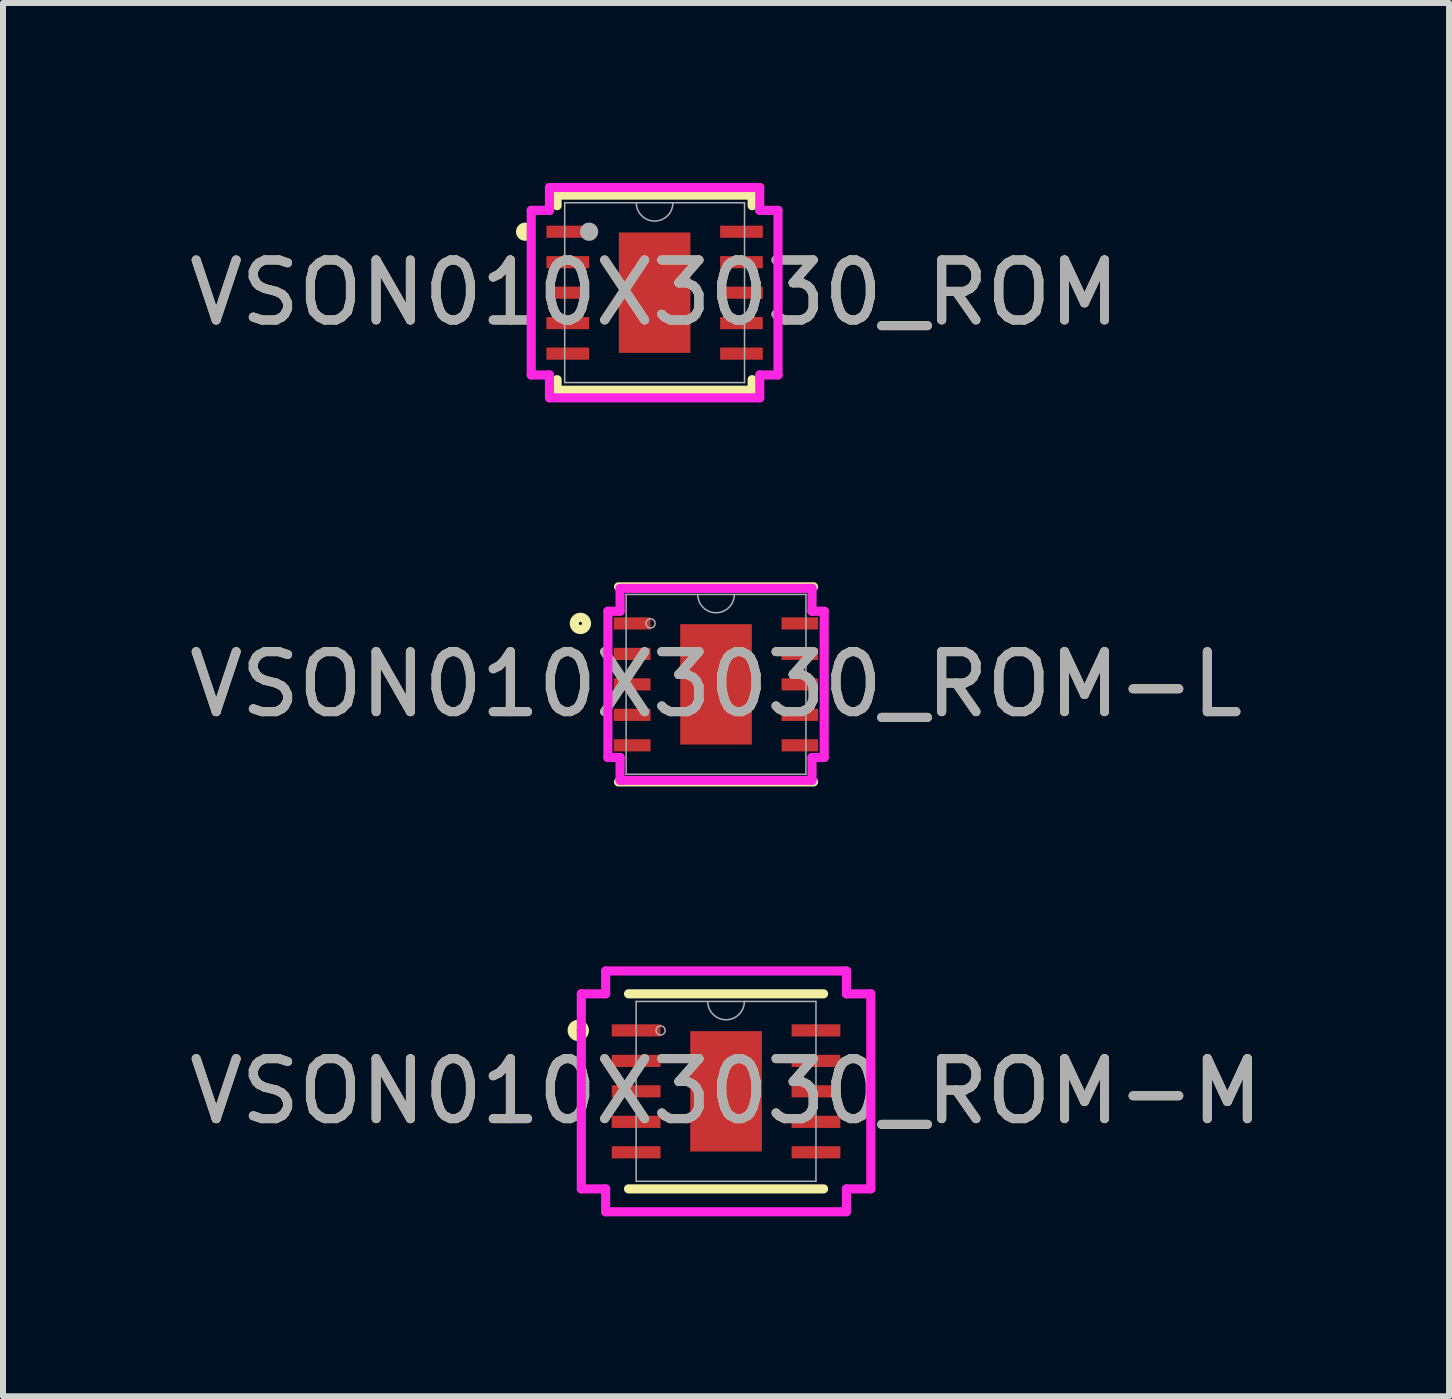
<source format=kicad_pcb>
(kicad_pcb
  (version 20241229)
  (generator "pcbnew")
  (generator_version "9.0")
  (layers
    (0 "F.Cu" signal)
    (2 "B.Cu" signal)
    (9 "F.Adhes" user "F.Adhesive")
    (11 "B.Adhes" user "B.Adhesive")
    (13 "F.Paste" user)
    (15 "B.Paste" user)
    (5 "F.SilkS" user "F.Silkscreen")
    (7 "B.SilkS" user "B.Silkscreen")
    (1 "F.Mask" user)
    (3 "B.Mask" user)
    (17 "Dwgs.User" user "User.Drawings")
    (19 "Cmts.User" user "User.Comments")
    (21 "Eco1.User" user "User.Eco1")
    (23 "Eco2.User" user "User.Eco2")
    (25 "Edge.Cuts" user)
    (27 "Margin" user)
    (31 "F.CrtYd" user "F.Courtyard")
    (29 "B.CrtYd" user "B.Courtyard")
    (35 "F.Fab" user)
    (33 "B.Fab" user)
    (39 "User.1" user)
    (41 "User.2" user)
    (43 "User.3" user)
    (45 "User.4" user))
  (footprint "VSON010X3030_ROM-M"
    (layer "F.Cu")
    (at 9.054 15.144)
    (property "Reference" "VSON010X3030_ROM-M" (at 0 0 0) (unlocked yes) (layer "F.SilkS") (effects (font (size 1 1) (thickness 0.15))))
    (attr smd)
    (fp_line (start -1.626 1.626) (end 1.626 1.626) (stroke (width 0.152) (type solid)) (layer "F.SilkS"))
    (fp_line (start 1.626 -1.626) (end -1.626 -1.626) (stroke (width 0.152) (type solid)) (layer "F.SilkS"))
    (fp_circle (center -2.464 -1.016) (end -2.362 -1.016) (stroke (width 0.152) (type solid)) (fill no) (layer "F.SilkS"))
    (fp_line (start -2.413 -1.626) (end -2.007 -1.626) (stroke (width 0.152) (type solid)) (layer "F.CrtYd"))
    (fp_line (start -2.413 1.626) (end -2.413 -1.626) (stroke (width 0.152) (type solid)) (layer "F.CrtYd"))
    (fp_line (start -2.413 1.626) (end -2.007 1.626) (stroke (width 0.152) (type solid)) (layer "F.CrtYd"))
    (fp_line (start -2.007 -2.007) (end 2.007 -2.007) (stroke (width 0.152) (type solid)) (layer "F.CrtYd"))
    (fp_line (start -2.007 -1.626) (end -2.007 -2.007) (stroke (width 0.152) (type solid)) (layer "F.CrtYd"))
    (fp_line (start -2.007 2.007) (end -2.007 1.626) (stroke (width 0.152) (type solid)) (layer "F.CrtYd"))
    (fp_line (start 2.007 -2.007) (end 2.007 -1.626) (stroke (width 0.152) (type solid)) (layer "F.CrtYd"))
    (fp_line (start 2.007 1.626) (end 2.007 2.007) (stroke (width 0.152) (type solid)) (layer "F.CrtYd"))
    (fp_line (start 2.007 2.007) (end -2.007 2.007) (stroke (width 0.152) (type solid)) (layer "F.CrtYd"))
    (fp_line (start 2.413 -1.626) (end 2.007 -1.626) (stroke (width 0.152) (type solid)) (layer "F.CrtYd"))
    (fp_line (start 2.413 -1.626) (end 2.413 1.626) (stroke (width 0.152) (type solid)) (layer "F.CrtYd"))
    (fp_line (start 2.413 1.626) (end 2.007 1.626) (stroke (width 0.152) (type solid)) (layer "F.CrtYd"))
    (fp_line (start -1.499 -1.499) (end -1.499 1.499) (stroke (width 0.025) (type solid)) (layer "F.Fab"))
    (fp_line (start -1.499 1.499) (end 1.499 1.499) (stroke (width 0.025) (type solid)) (layer "F.Fab"))
    (fp_line (start 1.499 -1.499) (end -1.499 -1.499) (stroke (width 0.025) (type solid)) (layer "F.Fab"))
    (fp_line (start 1.499 1.499) (end 1.499 -1.499) (stroke (width 0.025) (type solid)) (layer "F.Fab"))
    (fp_arc (start 0.3048 -1.4986) (mid 0 -1.1938) (end -0.3048 -1.4986) (stroke (width 0.0254) (type solid)) (layer "F.Fab"))
    (fp_circle (center -1.092 -1.016) (end -1.016 -1.016) (stroke (width 0.025) (type solid)) (fill no) (layer "F.Fab"))
    (fp_text user "${REFERENCE}" (at 0 0 0) (unlocked yes) (layer "F.Fab") (effects (font (size 1 1) (thickness 0.15))))
    (pad "1" smd rect (at -1.499 -1.016) (size 0.813 0.203) (layers "F.Cu" "F.Mask" "F.Paste"))
    (pad "2" smd rect (at -1.499 -0.508) (size 0.813 0.203) (layers "F.Cu" "F.Mask" "F.Paste"))
    (pad "3" smd rect (at -1.499 0) (size 0.813 0.203) (layers "F.Cu" "F.Mask" "F.Paste"))
    (pad "4" smd rect (at -1.499 0.508) (size 0.813 0.203) (layers "F.Cu" "F.Mask" "F.Paste"))
    (pad "5" smd rect (at -1.499 1.016) (size 0.813 0.203) (layers "F.Cu" "F.Mask" "F.Paste"))
    (pad "6" smd rect (at 1.499 1.016) (size 0.813 0.203) (layers "F.Cu" "F.Mask" "F.Paste"))
    (pad "7" smd rect (at 1.499 0.508) (size 0.813 0.203) (layers "F.Cu" "F.Mask" "F.Paste"))
    (pad "8" smd rect (at 1.499 0) (size 0.813 0.203) (layers "F.Cu" "F.Mask" "F.Paste"))
    (pad "9" smd rect (at 1.499 -0.508) (size 0.813 0.203) (layers "F.Cu" "F.Mask" "F.Paste"))
    (pad "10" smd rect (at 1.499 -1.016) (size 0.813 0.203) (layers "F.Cu" "F.Mask" "F.Paste"))
    (pad "11" smd rect (at 0 0) (size 1.194 2.007) (layers "F.Cu" "F.Mask" "F.Paste")))
  (footprint "VSON010X3030_ROM"
    (layer "F.Cu")
    (at 7.863 1.829)
    (property "Reference" "VSON010X3030_ROM" (at 0 0 0) (unlocked yes) (layer "F.SilkS") (effects (font (size 1 1) (thickness 0.15))))
    (attr smd)
    (fp_line (start -1.626 -1.626) (end -1.626 -1.45) (stroke (width 0.152) (type solid)) (layer "F.SilkS"))
    (fp_line (start -1.626 1.45) (end -1.626 1.626) (stroke (width 0.152) (type solid)) (layer "F.SilkS"))
    (fp_line (start -1.626 1.626) (end 1.626 1.626) (stroke (width 0.152) (type solid)) (layer "F.SilkS"))
    (fp_line (start 1.626 -1.626) (end -1.626 -1.626) (stroke (width 0.152) (type solid)) (layer "F.SilkS"))
    (fp_line (start 1.626 -1.45) (end 1.626 -1.626) (stroke (width 0.152) (type solid)) (layer "F.SilkS"))
    (fp_line (start 1.626 1.626) (end 1.626 1.45) (stroke (width 0.152) (type solid)) (layer "F.SilkS"))
    (fp_arc (start -2.13614 -0.94331) (mid -2.2352 -1.016) (end -2.13614 -1.08869) (stroke (width 0.1524) (type solid)) (layer "F.SilkS"))
    (fp_line (start -2.057 -1.372) (end -1.753 -1.372) (stroke (width 0.152) (type solid)) (layer "F.CrtYd"))
    (fp_line (start -2.057 1.372) (end -2.057 -1.372) (stroke (width 0.152) (type solid)) (layer "F.CrtYd"))
    (fp_line (start -2.057 1.372) (end -1.753 1.372) (stroke (width 0.152) (type solid)) (layer "F.CrtYd"))
    (fp_line (start -1.753 -1.753) (end 1.753 -1.753) (stroke (width 0.152) (type solid)) (layer "F.CrtYd"))
    (fp_line (start -1.753 -1.372) (end -1.753 -1.753) (stroke (width 0.152) (type solid)) (layer "F.CrtYd"))
    (fp_line (start -1.753 1.753) (end -1.753 1.372) (stroke (width 0.152) (type solid)) (layer "F.CrtYd"))
    (fp_line (start 1.753 -1.753) (end 1.753 -1.372) (stroke (width 0.152) (type solid)) (layer "F.CrtYd"))
    (fp_line (start 1.753 1.372) (end 1.753 1.753) (stroke (width 0.152) (type solid)) (layer "F.CrtYd"))
    (fp_line (start 1.753 1.753) (end -1.753 1.753) (stroke (width 0.152) (type solid)) (layer "F.CrtYd"))
    (fp_line (start 2.057 -1.372) (end 1.753 -1.372) (stroke (width 0.152) (type solid)) (layer "F.CrtYd"))
    (fp_line (start 2.057 -1.372) (end 2.057 1.372) (stroke (width 0.152) (type solid)) (layer "F.CrtYd"))
    (fp_line (start 2.057 1.372) (end 1.753 1.372) (stroke (width 0.152) (type solid)) (layer "F.CrtYd"))
    (fp_line (start -1.499 -1.499) (end -1.499 1.499) (stroke (width 0.025) (type solid)) (layer "F.Fab"))
    (fp_line (start -1.499 1.499) (end 1.499 1.499) (stroke (width 0.025) (type solid)) (layer "F.Fab"))
    (fp_line (start 1.499 -1.499) (end -1.499 -1.499) (stroke (width 0.025) (type solid)) (layer "F.Fab"))
    (fp_line (start 1.499 1.499) (end 1.499 -1.499) (stroke (width 0.025) (type solid)) (layer "F.Fab"))
    (fp_arc (start 0.3048 -1.4986) (mid 0 -1.1938) (end -0.3048 -1.4986) (stroke (width 0.0254) (type solid)) (layer "F.Fab"))
    (fp_circle (center -1.092 -1.016) (end -1.092 -1.016) (stroke (width 0.152) (type solid)) (fill no) (layer "F.Fab"))
    (fp_text user "${REFERENCE}" (at 0 0 0) (unlocked yes) (layer "F.Fab") (effects (font (size 1 1) (thickness 0.15))))
    (pad "1" smd rect (at -1.448 -1.016) (size 0.711 0.203) (layers "F.Cu" "F.Mask" "F.Paste"))
    (pad "2" smd rect (at -1.448 -0.508) (size 0.711 0.203) (layers "F.Cu" "F.Mask" "F.Paste"))
    (pad "3" smd rect (at -1.448 0) (size 0.711 0.203) (layers "F.Cu" "F.Mask" "F.Paste"))
    (pad "4" smd rect (at -1.448 0.508) (size 0.711 0.203) (layers "F.Cu" "F.Mask" "F.Paste"))
    (pad "5" smd rect (at -1.448 1.016) (size 0.711 0.203) (layers "F.Cu" "F.Mask" "F.Paste"))
    (pad "6" smd rect (at 1.448 1.016) (size 0.711 0.203) (layers "F.Cu" "F.Mask" "F.Paste"))
    (pad "7" smd rect (at 1.448 0.508) (size 0.711 0.203) (layers "F.Cu" "F.Mask" "F.Paste"))
    (pad "8" smd rect (at 1.448 0) (size 0.711 0.203) (layers "F.Cu" "F.Mask" "F.Paste"))
    (pad "9" smd rect (at 1.448 -0.508) (size 0.711 0.203) (layers "F.Cu" "F.Mask" "F.Paste"))
    (pad "10" smd rect (at 1.448 -1.016) (size 0.711 0.203) (layers "F.Cu" "F.Mask" "F.Paste"))
    (pad "11" smd rect (at 0 0) (size 1.194 2.007) (layers "F.Cu" "F.Mask" "F.Paste")))
  (footprint "VSON010X3030_ROM-L"
    (layer "F.Cu")
    (at 8.887 8.359)
    (property "Reference" "VSON010X3030_ROM-L" (at 0 0 0) (unlocked yes) (layer "F.SilkS") (effects (font (size 1 1) (thickness 0.15))))
    (attr smd)
    (fp_line (start -1.626 1.626) (end 1.626 1.626) (stroke (width 0.152) (type solid)) (layer "F.SilkS"))
    (fp_line (start 1.626 -1.626) (end -1.626 -1.626) (stroke (width 0.152) (type solid)) (layer "F.SilkS"))
    (fp_circle (center -2.261 -1.016) (end -2.159 -1.016) (stroke (width 0.152) (type solid)) (fill no) (layer "F.SilkS"))
    (fp_line (start -1.803 -1.219) (end -1.6 -1.219) (stroke (width 0.152) (type solid)) (layer "F.CrtYd"))
    (fp_line (start -1.803 1.219) (end -1.803 -1.219) (stroke (width 0.152) (type solid)) (layer "F.CrtYd"))
    (fp_line (start -1.803 1.219) (end -1.6 1.219) (stroke (width 0.152) (type solid)) (layer "F.CrtYd"))
    (fp_line (start -1.6 -1.6) (end 1.6 -1.6) (stroke (width 0.152) (type solid)) (layer "F.CrtYd"))
    (fp_line (start -1.6 -1.219) (end -1.6 -1.6) (stroke (width 0.152) (type solid)) (layer "F.CrtYd"))
    (fp_line (start -1.6 1.6) (end -1.6 1.219) (stroke (width 0.152) (type solid)) (layer "F.CrtYd"))
    (fp_line (start 1.6 -1.6) (end 1.6 -1.219) (stroke (width 0.152) (type solid)) (layer "F.CrtYd"))
    (fp_line (start 1.6 1.219) (end 1.6 1.6) (stroke (width 0.152) (type solid)) (layer "F.CrtYd"))
    (fp_line (start 1.6 1.6) (end -1.6 1.6) (stroke (width 0.152) (type solid)) (layer "F.CrtYd"))
    (fp_line (start 1.803 -1.219) (end 1.6 -1.219) (stroke (width 0.152) (type solid)) (layer "F.CrtYd"))
    (fp_line (start 1.803 -1.219) (end 1.803 1.219) (stroke (width 0.152) (type solid)) (layer "F.CrtYd"))
    (fp_line (start 1.803 1.219) (end 1.6 1.219) (stroke (width 0.152) (type solid)) (layer "F.CrtYd"))
    (fp_line (start -1.499 -1.499) (end -1.499 1.499) (stroke (width 0.025) (type solid)) (layer "F.Fab"))
    (fp_line (start -1.499 1.499) (end 1.499 1.499) (stroke (width 0.025) (type solid)) (layer "F.Fab"))
    (fp_line (start 1.499 -1.499) (end -1.499 -1.499) (stroke (width 0.025) (type solid)) (layer "F.Fab"))
    (fp_line (start 1.499 1.499) (end 1.499 -1.499) (stroke (width 0.025) (type solid)) (layer "F.Fab"))
    (fp_arc (start 0.3048 -1.4986) (mid 0 -1.1938) (end -0.3048 -1.4986) (stroke (width 0.0254) (type solid)) (layer "F.Fab"))
    (fp_circle (center -1.092 -1.016) (end -1.016 -1.016) (stroke (width 0.025) (type solid)) (fill no) (layer "F.Fab"))
    (fp_text user "${REFERENCE}" (at 0 0 0) (unlocked yes) (layer "F.Fab") (effects (font (size 1 1) (thickness 0.15))))
    (pad "1" smd rect (at -1.397 -1.016) (size 0.61 0.203) (layers "F.Cu" "F.Mask" "F.Paste"))
    (pad "2" smd rect (at -1.397 -0.508) (size 0.61 0.203) (layers "F.Cu" "F.Mask" "F.Paste"))
    (pad "3" smd rect (at -1.397 0) (size 0.61 0.203) (layers "F.Cu" "F.Mask" "F.Paste"))
    (pad "4" smd rect (at -1.397 0.508) (size 0.61 0.203) (layers "F.Cu" "F.Mask" "F.Paste"))
    (pad "5" smd rect (at -1.397 1.016) (size 0.61 0.203) (layers "F.Cu" "F.Mask" "F.Paste"))
    (pad "6" smd rect (at 1.397 1.016) (size 0.61 0.203) (layers "F.Cu" "F.Mask" "F.Paste"))
    (pad "7" smd rect (at 1.397 0.508) (size 0.61 0.203) (layers "F.Cu" "F.Mask" "F.Paste"))
    (pad "8" smd rect (at 1.397 0) (size 0.61 0.203) (layers "F.Cu" "F.Mask" "F.Paste"))
    (pad "9" smd rect (at 1.397 -0.508) (size 0.61 0.203) (layers "F.Cu" "F.Mask" "F.Paste"))
    (pad "10" smd rect (at 1.397 -1.016) (size 0.61 0.203) (layers "F.Cu" "F.Mask" "F.Paste"))
    (pad "11" smd rect (at 0 0) (size 1.194 2.007) (layers "F.Cu" "F.Mask" "F.Paste")))
  (gr_rect
    (start -3 -3)
    (end 21.107 20.227)
    (stroke (width 0.1) (type default))
    (fill no)
    (layer "Edge.Cuts")))
</source>
